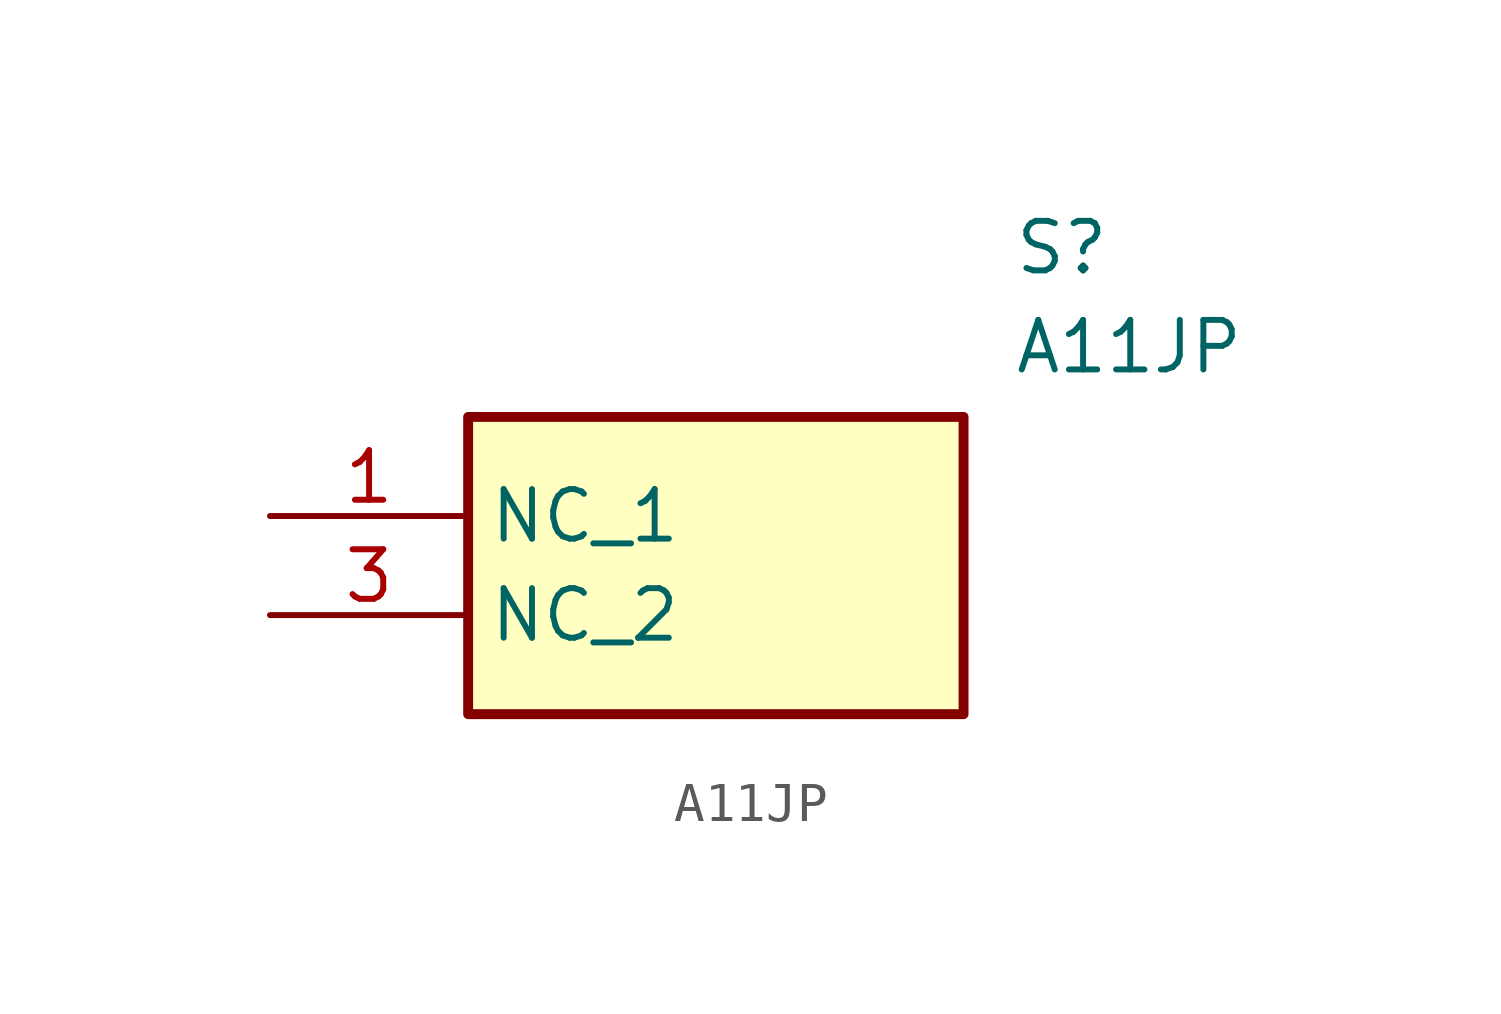
<source format=kicad_sym>
(kicad_symbol_lib
  (version 20211014)
  (generator SamacSys_ECAD_Model)
  (symbol "A11JP"
    (property "Reference" "S"
      (at 19.05 7.62 0)
      (effects (font (size 1.27 1.27)) (justify left top)))
    (property "Value" "A11JP"
      (at 19.05 5.08 0)
      (effects (font (size 1.27 1.27)) (justify left top)))
    (rectangle
      (start 5.08 2.54)
      (end 17.78 -5.08)
      (stroke (width 0.254) (type default))
      (fill (type background)))
    (pin passive line
      (at 0 0 0)
      (length 5.08)
      (name "NC_1" (effects (font (size 1.27 1.27))))
      (number "1" (effects (font (size 1.27 1.27)))))
    (pin passive line
      (at 0 -2.54 0)
      (length 5.08)
      (name "NC_2" (effects (font (size 1.27 1.27))))
      (number "3" (effects (font (size 1.27 1.27)))))))
</source>
